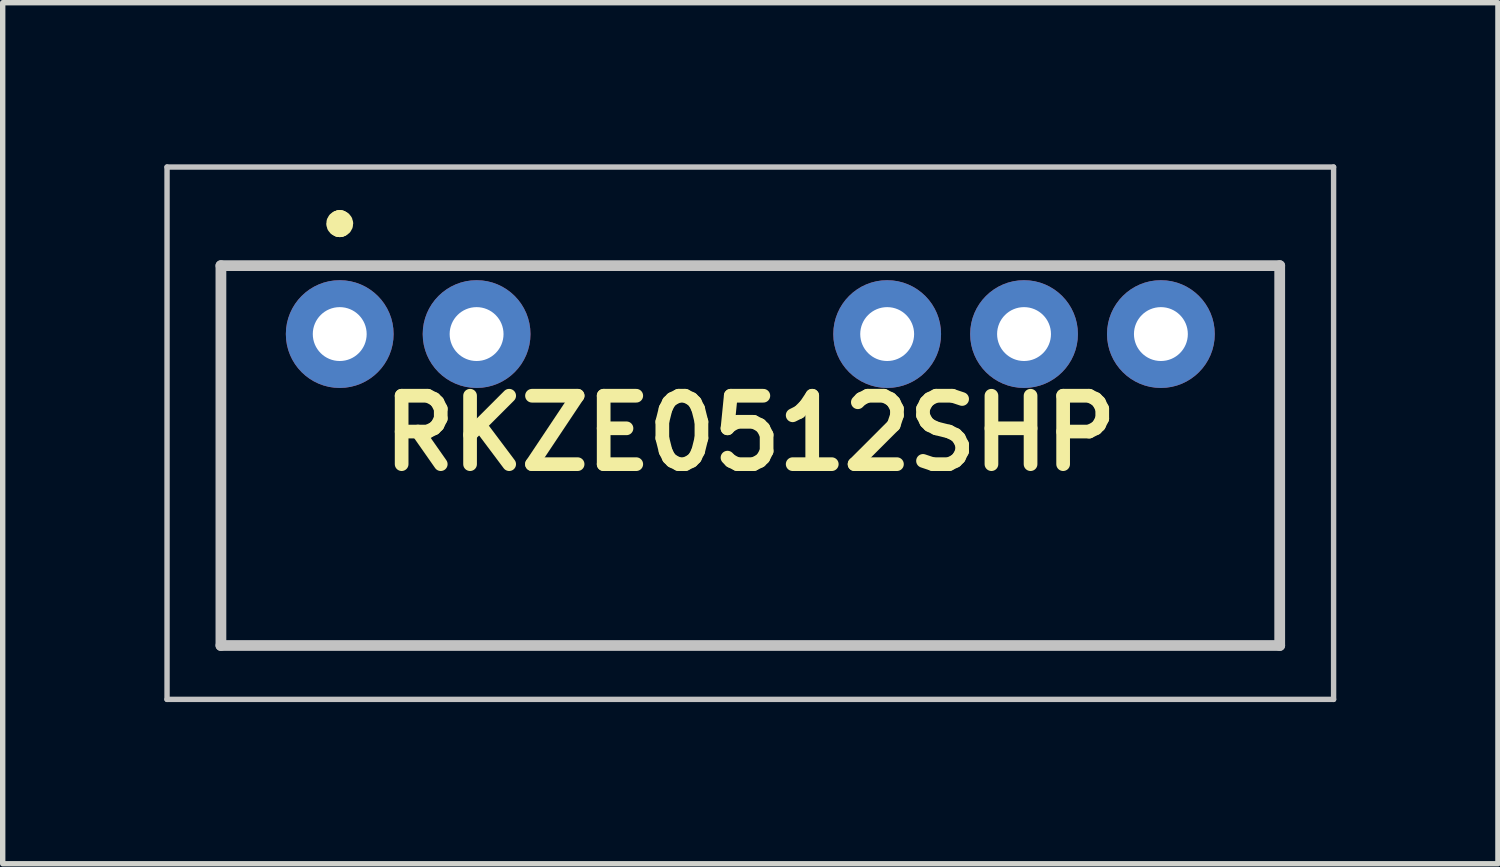
<source format=kicad_pcb>
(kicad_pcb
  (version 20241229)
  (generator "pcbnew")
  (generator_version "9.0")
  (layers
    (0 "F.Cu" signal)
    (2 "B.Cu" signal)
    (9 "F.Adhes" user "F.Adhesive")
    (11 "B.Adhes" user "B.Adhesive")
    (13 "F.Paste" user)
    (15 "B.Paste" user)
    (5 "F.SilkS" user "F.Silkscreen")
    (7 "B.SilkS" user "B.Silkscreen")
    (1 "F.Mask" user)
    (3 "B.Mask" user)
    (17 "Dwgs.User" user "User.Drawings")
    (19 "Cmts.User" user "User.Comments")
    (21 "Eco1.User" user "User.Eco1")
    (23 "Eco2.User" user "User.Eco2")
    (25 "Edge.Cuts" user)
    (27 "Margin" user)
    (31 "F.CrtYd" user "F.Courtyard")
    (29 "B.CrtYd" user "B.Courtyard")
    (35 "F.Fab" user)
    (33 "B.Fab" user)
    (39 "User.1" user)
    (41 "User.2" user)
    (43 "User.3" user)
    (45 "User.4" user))
  (footprint "RKZE0512SHP"
    (layer "F.Cu")
    (at 3.255 3.15)
    (property "Reference" "RKZE0512SHP" (at 7.62 1.84 0) (layer "F.SilkS") (effects (font (size 1.27 1.27) (thickness 0.254))))
    (attr through_hole)
    (fp_line (start -2.205 -1.27) (end 17.445 -1.27) (stroke (width 0.1) (type solid)) (layer "F.SilkS"))
    (fp_line (start -2.205 5.78) (end -2.205 -1.27) (stroke (width 0.1) (type solid)) (layer "F.SilkS"))
    (fp_line (start 0 -2.1) (end 0 -2.1) (stroke (width 0.4) (type solid)) (layer "F.SilkS"))
    (fp_line (start 0 -2) (end 0 -2) (stroke (width 0.4) (type solid)) (layer "F.SilkS"))
    (fp_line (start 17.445 -1.27) (end 17.445 5.78) (stroke (width 0.1) (type solid)) (layer "F.SilkS"))
    (fp_line (start 17.445 5.78) (end -2.205 5.78) (stroke (width 0.1) (type solid)) (layer "F.SilkS"))
    (fp_arc (start 0 -2.1) (mid 0.05 -2.05) (end 0 -2) (stroke (width 0.4) (type solid)) (layer "F.SilkS"))
    (fp_arc (start 0 -2) (mid -0.05 -2.05) (end 0 -2.1) (stroke (width 0.4) (type solid)) (layer "F.SilkS"))
    (fp_line (start -3.205 -3.1) (end 18.445 -3.1) (stroke (width 0.1) (type solid)) (layer "Dwgs.User"))
    (fp_line (start -3.205 6.78) (end -3.205 -3.1) (stroke (width 0.1) (type solid)) (layer "Dwgs.User"))
    (fp_line (start -2.205 -1.27) (end 17.445 -1.27) (stroke (width 0.2) (type solid)) (layer "Dwgs.User"))
    (fp_line (start -2.205 5.78) (end -2.205 -1.27) (stroke (width 0.2) (type solid)) (layer "Dwgs.User"))
    (fp_line (start 17.445 -1.27) (end 17.445 5.78) (stroke (width 0.2) (type solid)) (layer "Dwgs.User"))
    (fp_line (start 17.445 5.78) (end -2.205 5.78) (stroke (width 0.2) (type solid)) (layer "Dwgs.User"))
    (fp_line (start 18.445 -3.1) (end 18.445 6.78) (stroke (width 0.1) (type solid)) (layer "Dwgs.User"))
    (fp_line (start 18.445 6.78) (end -3.205 6.78) (stroke (width 0.1) (type solid)) (layer "Dwgs.User"))
    (pad "1" thru_hole circle (at 0 0 90) (size 2 2) (drill 1) (layers "*.Cu" "*.Mask"))
    (pad "2" thru_hole circle (at 2.54 0 90) (size 2 2) (drill 1) (layers "*.Cu" "*.Mask"))
    (pad "5" thru_hole circle (at 10.16 0 90) (size 2 2) (drill 1) (layers "*.Cu" "*.Mask"))
    (pad "6" thru_hole circle (at 12.7 0 90) (size 2 2) (drill 1) (layers "*.Cu" "*.Mask"))
    (pad "7" thru_hole circle (at 15.24 0 90) (size 2 2) (drill 1) (layers "*.Cu" "*.Mask")))
  (gr_rect
    (start -3 -3)
    (end 24.75 12.98)
    (stroke (width 0.1) (type default))
    (fill no)
    (layer "Edge.Cuts")))
</source>
